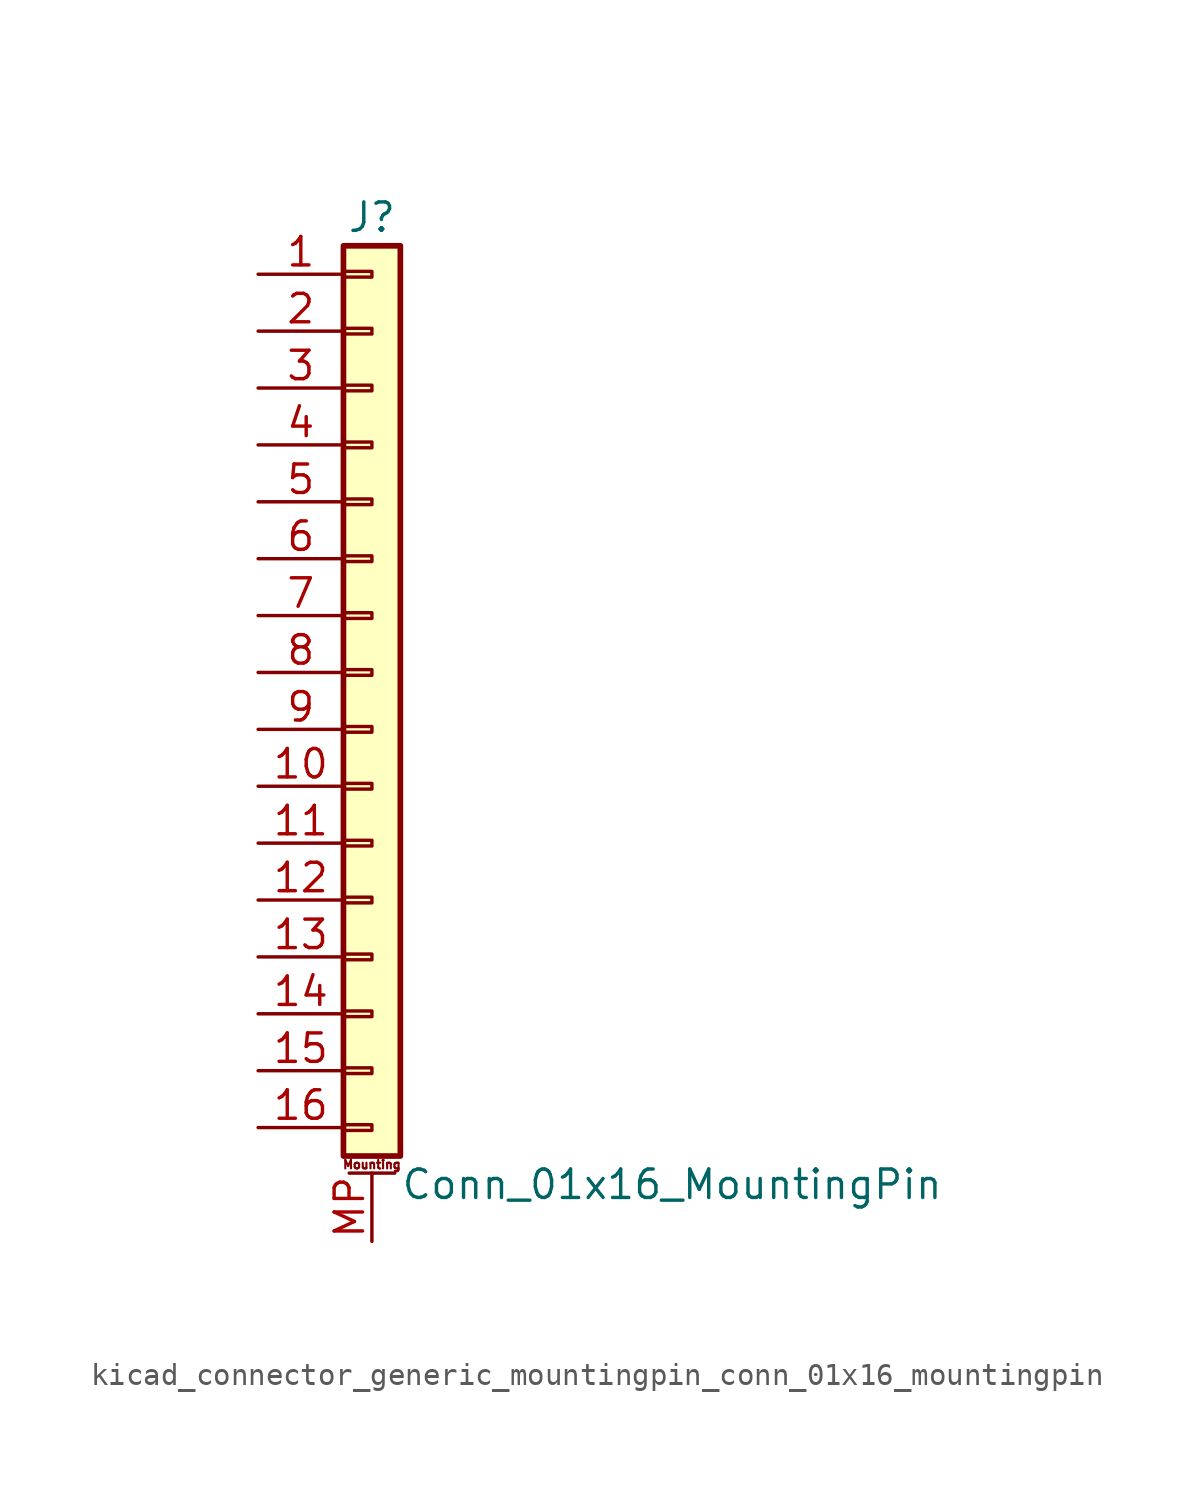
<source format=kicad_sym>
(kicad_symbol_lib
  (version 20220914)
  (generator kicad_symbol_editor)
  (symbol "kicad_connector_generic_mountingpin_conn_01x16_mountingpin"
    (pin_names
      (offset 1.016) hide)
    (property "Reference" "J"
      (at 0 20.32 0)
      (effects (font (size 1.27 1.27))))
    (property "Value" "Conn_01x16_MountingPin"
      (at 1.27 -22.86 0)
      (effects (font (size 1.27 1.27)) (justify left)))
    (symbol "kicad_connector_generic_mountingpin_conn_01x16_mountingpin_1_1"
      (rectangle (start -1.27 -20.193) (end 0 -20.447) (stroke (width 0.152) (type default)) (fill (type none)))
      (rectangle (start -1.27 -17.653) (end 0 -17.907) (stroke (width 0.152) (type default)) (fill (type none)))
      (rectangle (start -1.27 -15.113) (end 0 -15.367) (stroke (width 0.152) (type default)) (fill (type none)))
      (rectangle (start -1.27 -12.573) (end 0 -12.827) (stroke (width 0.152) (type default)) (fill (type none)))
      (rectangle (start -1.27 -10.033) (end 0 -10.287) (stroke (width 0.152) (type default)) (fill (type none)))
      (rectangle (start -1.27 -7.493) (end 0 -7.747) (stroke (width 0.152) (type default)) (fill (type none)))
      (rectangle (start -1.27 -4.953) (end 0 -5.207) (stroke (width 0.152) (type default)) (fill (type none)))
      (rectangle (start -1.27 -2.413) (end 0 -2.667) (stroke (width 0.152) (type default)) (fill (type none)))
      (rectangle (start -1.27 0.127) (end 0 -0.127) (stroke (width 0.152) (type default)) (fill (type none)))
      (rectangle (start -1.27 2.667) (end 0 2.413) (stroke (width 0.152) (type default)) (fill (type none)))
      (rectangle (start -1.27 5.207) (end 0 4.953) (stroke (width 0.152) (type default)) (fill (type none)))
      (rectangle (start -1.27 7.747) (end 0 7.493) (stroke (width 0.152) (type default)) (fill (type none)))
      (rectangle (start -1.27 10.287) (end 0 10.033) (stroke (width 0.152) (type default)) (fill (type none)))
      (rectangle (start -1.27 12.827) (end 0 12.573) (stroke (width 0.152) (type default)) (fill (type none)))
      (rectangle (start -1.27 15.367) (end 0 15.113) (stroke (width 0.152) (type default)) (fill (type none)))
      (rectangle (start -1.27 17.907) (end 0 17.653) (stroke (width 0.152) (type default)) (fill (type none)))
      (rectangle (start -1.27 19.05) (end 1.27 -21.59) (stroke (width 0.254) (type default)) (fill (type background)))
      (polyline (pts (xy -1.016 -22.352) (xy 1.016 -22.352)) (stroke (width 0.152) (type default)) (fill (type none)))
      (text "Mounting" (at 0 -21.971 0) (effects (font (size 0.381 0.381))))
      (pin passive line (at -5.08 17.78 0) (length 3.81) (name "Pin_1" (effects (font (size 1.27 1.27)))) (number "1" (effects (font (size 1.27 1.27)))))
      (pin passive line (at -5.08 -5.08 0) (length 3.81) (name "Pin_10" (effects (font (size 1.27 1.27)))) (number "10" (effects (font (size 1.27 1.27)))))
      (pin passive line (at -5.08 -7.62 0) (length 3.81) (name "Pin_11" (effects (font (size 1.27 1.27)))) (number "11" (effects (font (size 1.27 1.27)))))
      (pin passive line (at -5.08 -10.16 0) (length 3.81) (name "Pin_12" (effects (font (size 1.27 1.27)))) (number "12" (effects (font (size 1.27 1.27)))))
      (pin passive line (at -5.08 -12.7 0) (length 3.81) (name "Pin_13" (effects (font (size 1.27 1.27)))) (number "13" (effects (font (size 1.27 1.27)))))
      (pin passive line (at -5.08 -15.24 0) (length 3.81) (name "Pin_14" (effects (font (size 1.27 1.27)))) (number "14" (effects (font (size 1.27 1.27)))))
      (pin passive line (at -5.08 -17.78 0) (length 3.81) (name "Pin_15" (effects (font (size 1.27 1.27)))) (number "15" (effects (font (size 1.27 1.27)))))
      (pin passive line (at -5.08 -20.32 0) (length 3.81) (name "Pin_16" (effects (font (size 1.27 1.27)))) (number "16" (effects (font (size 1.27 1.27)))))
      (pin passive line (at -5.08 15.24 0) (length 3.81) (name "Pin_2" (effects (font (size 1.27 1.27)))) (number "2" (effects (font (size 1.27 1.27)))))
      (pin passive line (at -5.08 12.7 0) (length 3.81) (name "Pin_3" (effects (font (size 1.27 1.27)))) (number "3" (effects (font (size 1.27 1.27)))))
      (pin passive line (at -5.08 10.16 0) (length 3.81) (name "Pin_4" (effects (font (size 1.27 1.27)))) (number "4" (effects (font (size 1.27 1.27)))))
      (pin passive line (at -5.08 7.62 0) (length 3.81) (name "Pin_5" (effects (font (size 1.27 1.27)))) (number "5" (effects (font (size 1.27 1.27)))))
      (pin passive line (at -5.08 5.08 0) (length 3.81) (name "Pin_6" (effects (font (size 1.27 1.27)))) (number "6" (effects (font (size 1.27 1.27)))))
      (pin passive line (at -5.08 2.54 0) (length 3.81) (name "Pin_7" (effects (font (size 1.27 1.27)))) (number "7" (effects (font (size 1.27 1.27)))))
      (pin passive line (at -5.08 0 0) (length 3.81) (name "Pin_8" (effects (font (size 1.27 1.27)))) (number "8" (effects (font (size 1.27 1.27)))))
      (pin passive line (at -5.08 -2.54 0) (length 3.81) (name "Pin_9" (effects (font (size 1.27 1.27)))) (number "9" (effects (font (size 1.27 1.27)))))
      (pin passive line (at 0 -25.4 90) (length 3.048) (name "MountPin" (effects (font (size 1.27 1.27)))) (number "MP" (effects (font (size 1.27 1.27))))))))
</source>
